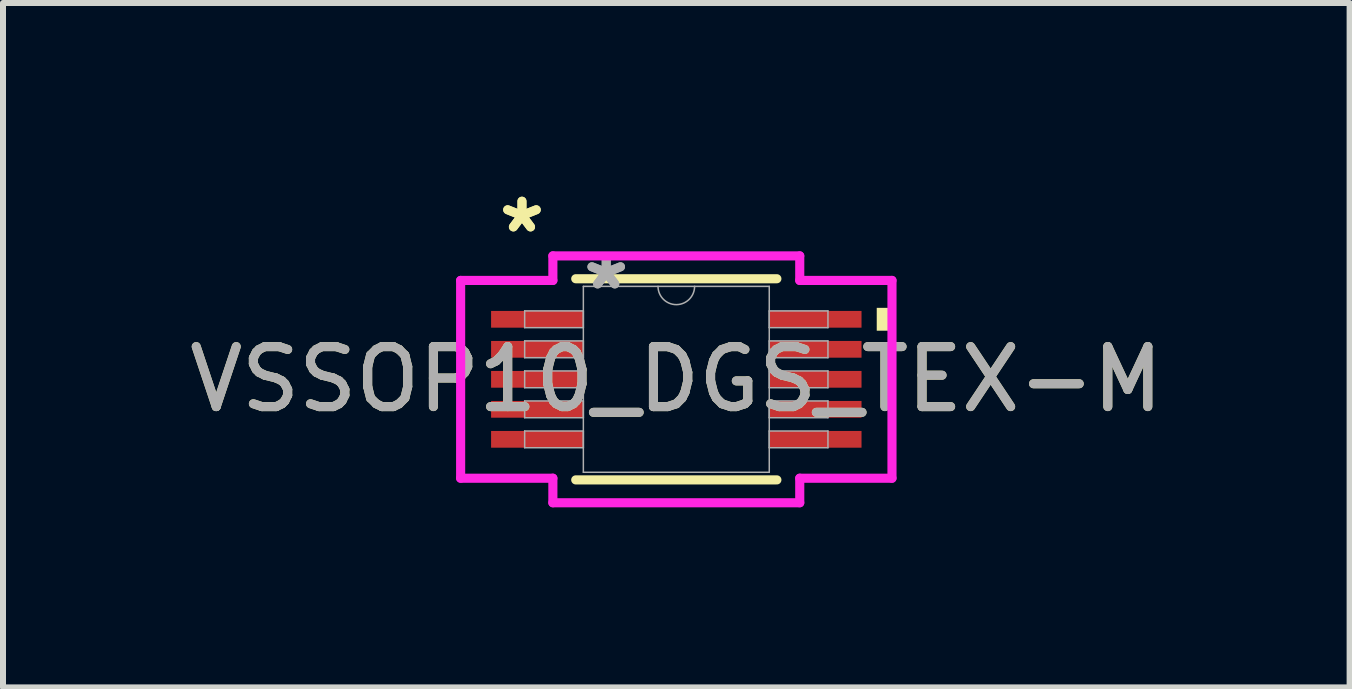
<source format=kicad_pcb>
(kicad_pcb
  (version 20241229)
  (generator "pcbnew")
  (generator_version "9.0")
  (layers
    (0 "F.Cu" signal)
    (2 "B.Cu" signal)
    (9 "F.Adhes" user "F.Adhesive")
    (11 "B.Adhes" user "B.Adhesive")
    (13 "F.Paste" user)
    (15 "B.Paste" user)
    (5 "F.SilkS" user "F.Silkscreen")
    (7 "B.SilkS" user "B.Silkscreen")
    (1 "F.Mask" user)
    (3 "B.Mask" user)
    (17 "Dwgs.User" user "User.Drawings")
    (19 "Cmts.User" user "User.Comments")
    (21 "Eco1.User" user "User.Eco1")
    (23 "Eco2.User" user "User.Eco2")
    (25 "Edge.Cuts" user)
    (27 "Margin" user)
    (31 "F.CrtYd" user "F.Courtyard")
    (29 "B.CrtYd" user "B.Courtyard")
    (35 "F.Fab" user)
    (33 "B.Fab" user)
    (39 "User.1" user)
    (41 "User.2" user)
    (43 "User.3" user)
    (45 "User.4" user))
  (footprint "VSSOP10_DGS_TEX-M"
    (layer "F.Cu")
    (at 8.22 3.271)
    (property "Reference" "VSSOP10_DGS_TEX-M" (at 0 0 0) (unlocked yes) (layer "F.SilkS") (effects (font (size 1 1) (thickness 0.15))))
    (attr smd)
    (fp_line (start -1.676 1.676) (end 1.676 1.676) (stroke (width 0.152) (type solid)) (layer "F.SilkS"))
    (fp_line (start 1.676 -1.676) (end -1.676 -1.676) (stroke (width 0.152) (type solid)) (layer "F.SilkS"))
    (fp_poly (pts (xy 3.594 -1.191) (xy 3.594 -0.81) (xy 3.34 -0.81) (xy 3.34 -1.191)) (stroke (width 0) (type solid)) (fill yes) (layer "F.SilkS"))
    (fp_line (start -3.594 -1.648) (end -2.057 -1.648) (stroke (width 0.152) (type solid)) (layer "F.CrtYd"))
    (fp_line (start -3.594 1.648) (end -3.594 -1.648) (stroke (width 0.152) (type solid)) (layer "F.CrtYd"))
    (fp_line (start -3.594 1.648) (end -2.057 1.648) (stroke (width 0.152) (type solid)) (layer "F.CrtYd"))
    (fp_line (start -2.057 -2.057) (end 2.057 -2.057) (stroke (width 0.152) (type solid)) (layer "F.CrtYd"))
    (fp_line (start -2.057 -1.648) (end -2.057 -2.057) (stroke (width 0.152) (type solid)) (layer "F.CrtYd"))
    (fp_line (start -2.057 2.057) (end -2.057 1.648) (stroke (width 0.152) (type solid)) (layer "F.CrtYd"))
    (fp_line (start 2.057 -2.057) (end 2.057 -1.648) (stroke (width 0.152) (type solid)) (layer "F.CrtYd"))
    (fp_line (start 2.057 1.648) (end 2.057 2.057) (stroke (width 0.152) (type solid)) (layer "F.CrtYd"))
    (fp_line (start 2.057 2.057) (end -2.057 2.057) (stroke (width 0.152) (type solid)) (layer "F.CrtYd"))
    (fp_line (start 3.594 -1.648) (end 2.057 -1.648) (stroke (width 0.152) (type solid)) (layer "F.CrtYd"))
    (fp_line (start 3.594 -1.648) (end 3.594 1.648) (stroke (width 0.152) (type solid)) (layer "F.CrtYd"))
    (fp_line (start 3.594 1.648) (end 2.057 1.648) (stroke (width 0.152) (type solid)) (layer "F.CrtYd"))
    (fp_line (start -2.527 -1.14) (end -2.527 -0.861) (stroke (width 0.025) (type solid)) (layer "F.Fab"))
    (fp_line (start -2.527 -0.861) (end -1.549 -0.861) (stroke (width 0.025) (type solid)) (layer "F.Fab"))
    (fp_line (start -2.527 -0.64) (end -2.527 -0.36) (stroke (width 0.025) (type solid)) (layer "F.Fab"))
    (fp_line (start -2.527 -0.36) (end -1.549 -0.36) (stroke (width 0.025) (type solid)) (layer "F.Fab"))
    (fp_line (start -2.527 -0.14) (end -2.527 0.14) (stroke (width 0.025) (type solid)) (layer "F.Fab"))
    (fp_line (start -2.527 0.14) (end -1.549 0.14) (stroke (width 0.025) (type solid)) (layer "F.Fab"))
    (fp_line (start -2.527 0.36) (end -2.527 0.64) (stroke (width 0.025) (type solid)) (layer "F.Fab"))
    (fp_line (start -2.527 0.64) (end -1.549 0.64) (stroke (width 0.025) (type solid)) (layer "F.Fab"))
    (fp_line (start -2.527 0.861) (end -2.527 1.14) (stroke (width 0.025) (type solid)) (layer "F.Fab"))
    (fp_line (start -2.527 1.14) (end -1.549 1.14) (stroke (width 0.025) (type solid)) (layer "F.Fab"))
    (fp_line (start -1.549 -1.549) (end -1.549 1.549) (stroke (width 0.025) (type solid)) (layer "F.Fab"))
    (fp_line (start -1.549 -1.14) (end -2.527 -1.14) (stroke (width 0.025) (type solid)) (layer "F.Fab"))
    (fp_line (start -1.549 -0.861) (end -1.549 -1.14) (stroke (width 0.025) (type solid)) (layer "F.Fab"))
    (fp_line (start -1.549 -0.64) (end -2.527 -0.64) (stroke (width 0.025) (type solid)) (layer "F.Fab"))
    (fp_line (start -1.549 -0.36) (end -1.549 -0.64) (stroke (width 0.025) (type solid)) (layer "F.Fab"))
    (fp_line (start -1.549 -0.14) (end -2.527 -0.14) (stroke (width 0.025) (type solid)) (layer "F.Fab"))
    (fp_line (start -1.549 0.14) (end -1.549 -0.14) (stroke (width 0.025) (type solid)) (layer "F.Fab"))
    (fp_line (start -1.549 0.36) (end -2.527 0.36) (stroke (width 0.025) (type solid)) (layer "F.Fab"))
    (fp_line (start -1.549 0.64) (end -1.549 0.36) (stroke (width 0.025) (type solid)) (layer "F.Fab"))
    (fp_line (start -1.549 0.861) (end -2.527 0.861) (stroke (width 0.025) (type solid)) (layer "F.Fab"))
    (fp_line (start -1.549 1.14) (end -1.549 0.861) (stroke (width 0.025) (type solid)) (layer "F.Fab"))
    (fp_line (start -1.549 1.549) (end 1.549 1.549) (stroke (width 0.025) (type solid)) (layer "F.Fab"))
    (fp_line (start 1.549 -1.549) (end -1.549 -1.549) (stroke (width 0.025) (type solid)) (layer "F.Fab"))
    (fp_line (start 1.549 -1.14) (end 1.549 -0.861) (stroke (width 0.025) (type solid)) (layer "F.Fab"))
    (fp_line (start 1.549 -0.861) (end 2.527 -0.861) (stroke (width 0.025) (type solid)) (layer "F.Fab"))
    (fp_line (start 1.549 -0.64) (end 1.549 -0.36) (stroke (width 0.025) (type solid)) (layer "F.Fab"))
    (fp_line (start 1.549 -0.36) (end 2.527 -0.36) (stroke (width 0.025) (type solid)) (layer "F.Fab"))
    (fp_line (start 1.549 -0.14) (end 1.549 0.14) (stroke (width 0.025) (type solid)) (layer "F.Fab"))
    (fp_line (start 1.549 0.14) (end 2.527 0.14) (stroke (width 0.025) (type solid)) (layer "F.Fab"))
    (fp_line (start 1.549 0.36) (end 1.549 0.64) (stroke (width 0.025) (type solid)) (layer "F.Fab"))
    (fp_line (start 1.549 0.64) (end 2.527 0.64) (stroke (width 0.025) (type solid)) (layer "F.Fab"))
    (fp_line (start 1.549 0.861) (end 1.549 1.14) (stroke (width 0.025) (type solid)) (layer "F.Fab"))
    (fp_line (start 1.549 1.14) (end 2.527 1.14) (stroke (width 0.025) (type solid)) (layer "F.Fab"))
    (fp_line (start 1.549 1.549) (end 1.549 -1.549) (stroke (width 0.025) (type solid)) (layer "F.Fab"))
    (fp_line (start 2.527 -1.14) (end 1.549 -1.14) (stroke (width 0.025) (type solid)) (layer "F.Fab"))
    (fp_line (start 2.527 -0.861) (end 2.527 -1.14) (stroke (width 0.025) (type solid)) (layer "F.Fab"))
    (fp_line (start 2.527 -0.64) (end 1.549 -0.64) (stroke (width 0.025) (type solid)) (layer "F.Fab"))
    (fp_line (start 2.527 -0.36) (end 2.527 -0.64) (stroke (width 0.025) (type solid)) (layer "F.Fab"))
    (fp_line (start 2.527 -0.14) (end 1.549 -0.14) (stroke (width 0.025) (type solid)) (layer "F.Fab"))
    (fp_line (start 2.527 0.14) (end 2.527 -0.14) (stroke (width 0.025) (type solid)) (layer "F.Fab"))
    (fp_line (start 2.527 0.36) (end 1.549 0.36) (stroke (width 0.025) (type solid)) (layer "F.Fab"))
    (fp_line (start 2.527 0.64) (end 2.527 0.36) (stroke (width 0.025) (type solid)) (layer "F.Fab"))
    (fp_line (start 2.527 0.861) (end 1.549 0.861) (stroke (width 0.025) (type solid)) (layer "F.Fab"))
    (fp_line (start 2.527 1.14) (end 2.527 0.861) (stroke (width 0.025) (type solid)) (layer "F.Fab"))
    (fp_arc (start 0.3048 -1.5494) (mid 0 -1.2446) (end -0.3048 -1.5494) (stroke (width 0.0254) (type solid)) (layer "F.Fab"))
    (fp_text user "*" (at -2.572 -2.423 0) (layer "F.SilkS") (effects (font (size 1 1) (thickness 0.15))))
    (fp_text user "*" (at -2.572 -2.423 0) (unlocked yes) (layer "F.SilkS") (effects (font (size 1 1) (thickness 0.15))))
    (fp_text user "${REFERENCE}" (at 0 0 0) (unlocked yes) (layer "F.Fab") (effects (font (size 1 1) (thickness 0.15))))
    (fp_text user "*" (at -1.168 -1.473 0) (layer "F.Fab") (effects (font (size 1 1) (thickness 0.15))))
    (fp_text user "*" (at -1.168 -1.473 0) (unlocked yes) (layer "F.Fab") (effects (font (size 1 1) (thickness 0.15))))
    (pad "1" smd rect (at -2.318 -1) (size 1.537 0.279) (layers "F.Cu" "F.Mask" "F.Paste"))
    (pad "2" smd rect (at -2.318 -0.5) (size 1.537 0.279) (layers "F.Cu" "F.Mask" "F.Paste"))
    (pad "3" smd rect (at -2.318 0) (size 1.537 0.279) (layers "F.Cu" "F.Mask" "F.Paste"))
    (pad "4" smd rect (at -2.318 0.5) (size 1.537 0.279) (layers "F.Cu" "F.Mask" "F.Paste"))
    (pad "5" smd rect (at -2.318 1) (size 1.537 0.279) (layers "F.Cu" "F.Mask" "F.Paste"))
    (pad "6" smd rect (at 2.318 1) (size 1.537 0.279) (layers "F.Cu" "F.Mask" "F.Paste"))
    (pad "7" smd rect (at 2.318 0.5) (size 1.537 0.279) (layers "F.Cu" "F.Mask" "F.Paste"))
    (pad "8" smd rect (at 2.318 0) (size 1.537 0.279) (layers "F.Cu" "F.Mask" "F.Paste"))
    (pad "9" smd rect (at 2.318 -0.5) (size 1.537 0.279) (layers "F.Cu" "F.Mask" "F.Paste"))
    (pad "10" smd rect (at 2.318 -1) (size 1.537 0.279) (layers "F.Cu" "F.Mask" "F.Paste")))
  (gr_rect
    (start -3 -3)
    (end 19.44 8.405)
    (stroke (width 0.1) (type default))
    (fill no)
    (layer "Edge.Cuts")))
</source>
